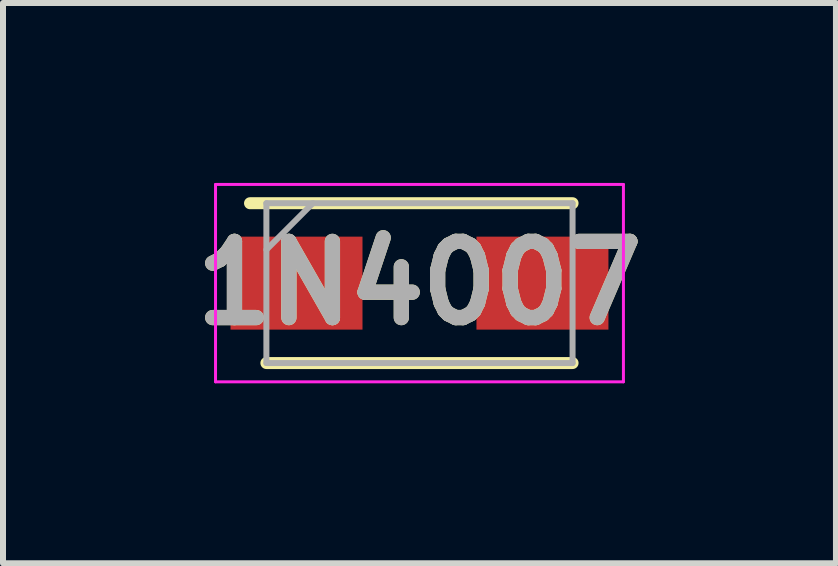
<source format=kicad_pcb>
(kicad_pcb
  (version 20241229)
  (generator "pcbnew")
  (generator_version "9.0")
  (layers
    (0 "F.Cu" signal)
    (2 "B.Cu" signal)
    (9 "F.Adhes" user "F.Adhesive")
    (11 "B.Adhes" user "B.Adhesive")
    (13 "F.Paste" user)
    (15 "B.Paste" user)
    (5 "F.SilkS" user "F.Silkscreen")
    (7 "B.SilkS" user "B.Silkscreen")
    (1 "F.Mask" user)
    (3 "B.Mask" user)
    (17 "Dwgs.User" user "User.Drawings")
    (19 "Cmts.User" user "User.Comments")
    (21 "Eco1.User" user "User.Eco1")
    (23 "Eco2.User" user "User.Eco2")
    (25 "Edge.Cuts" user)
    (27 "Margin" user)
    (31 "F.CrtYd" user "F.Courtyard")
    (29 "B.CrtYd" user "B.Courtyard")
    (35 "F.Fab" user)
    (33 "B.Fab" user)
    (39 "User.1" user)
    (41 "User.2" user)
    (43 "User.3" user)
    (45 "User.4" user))
  (footprint "1N4007"
    (layer "F.Cu")
    (at 3.943 1.67)
    (property "Reference" "1N4007" (at 0 0 0) (layer "F.SilkS") (effects (font (size 1.27 1.27) (thickness 0.254))))
    (attr smd)
    (fp_line (start -2.552 1.332) (end 2.552 1.332) (stroke (width 0.2) (type solid)) (layer "F.SilkS"))
    (fp_line (start 2.552 -1.332) (end -2.825 -1.332) (stroke (width 0.2) (type solid)) (layer "F.SilkS"))
    (fp_line (start -3.4 -1.645) (end 3.4 -1.645) (stroke (width 0.05) (type solid)) (layer "F.CrtYd"))
    (fp_line (start -3.4 1.645) (end -3.4 -1.645) (stroke (width 0.05) (type solid)) (layer "F.CrtYd"))
    (fp_line (start 3.4 -1.645) (end 3.4 1.645) (stroke (width 0.05) (type solid)) (layer "F.CrtYd"))
    (fp_line (start 3.4 1.645) (end -3.4 1.645) (stroke (width 0.05) (type solid)) (layer "F.CrtYd"))
    (fp_line (start -2.552 -1.332) (end 2.552 -1.332) (stroke (width 0.1) (type solid)) (layer "F.Fab"))
    (fp_line (start -2.552 -0.558) (end -1.778 -1.332) (stroke (width 0.1) (type solid)) (layer "F.Fab"))
    (fp_line (start -2.552 1.332) (end -2.552 -1.332) (stroke (width 0.1) (type solid)) (layer "F.Fab"))
    (fp_line (start 2.552 -1.332) (end 2.552 1.332) (stroke (width 0.1) (type solid)) (layer "F.Fab"))
    (fp_line (start 2.552 1.332) (end -2.552 1.332) (stroke (width 0.1) (type solid)) (layer "F.Fab"))
    (fp_text user "${REFERENCE}" (at 0 0 0) (layer "F.Fab") (effects (font (size 1.27 1.27) (thickness 0.254))))
    (pad "1" smd rect (at -2.05 0 90) (size 1.55 2.2) (layers "F.Cu" "F.Mask" "F.Paste"))
    (pad "2" smd rect (at 2.05 0 90) (size 1.55 2.2) (layers "F.Cu" "F.Mask" "F.Paste")))
  (gr_rect
    (start -3 -3)
    (end 10.886 6.34)
    (stroke (width 0.1) (type default))
    (fill no)
    (layer "Edge.Cuts")))
</source>
